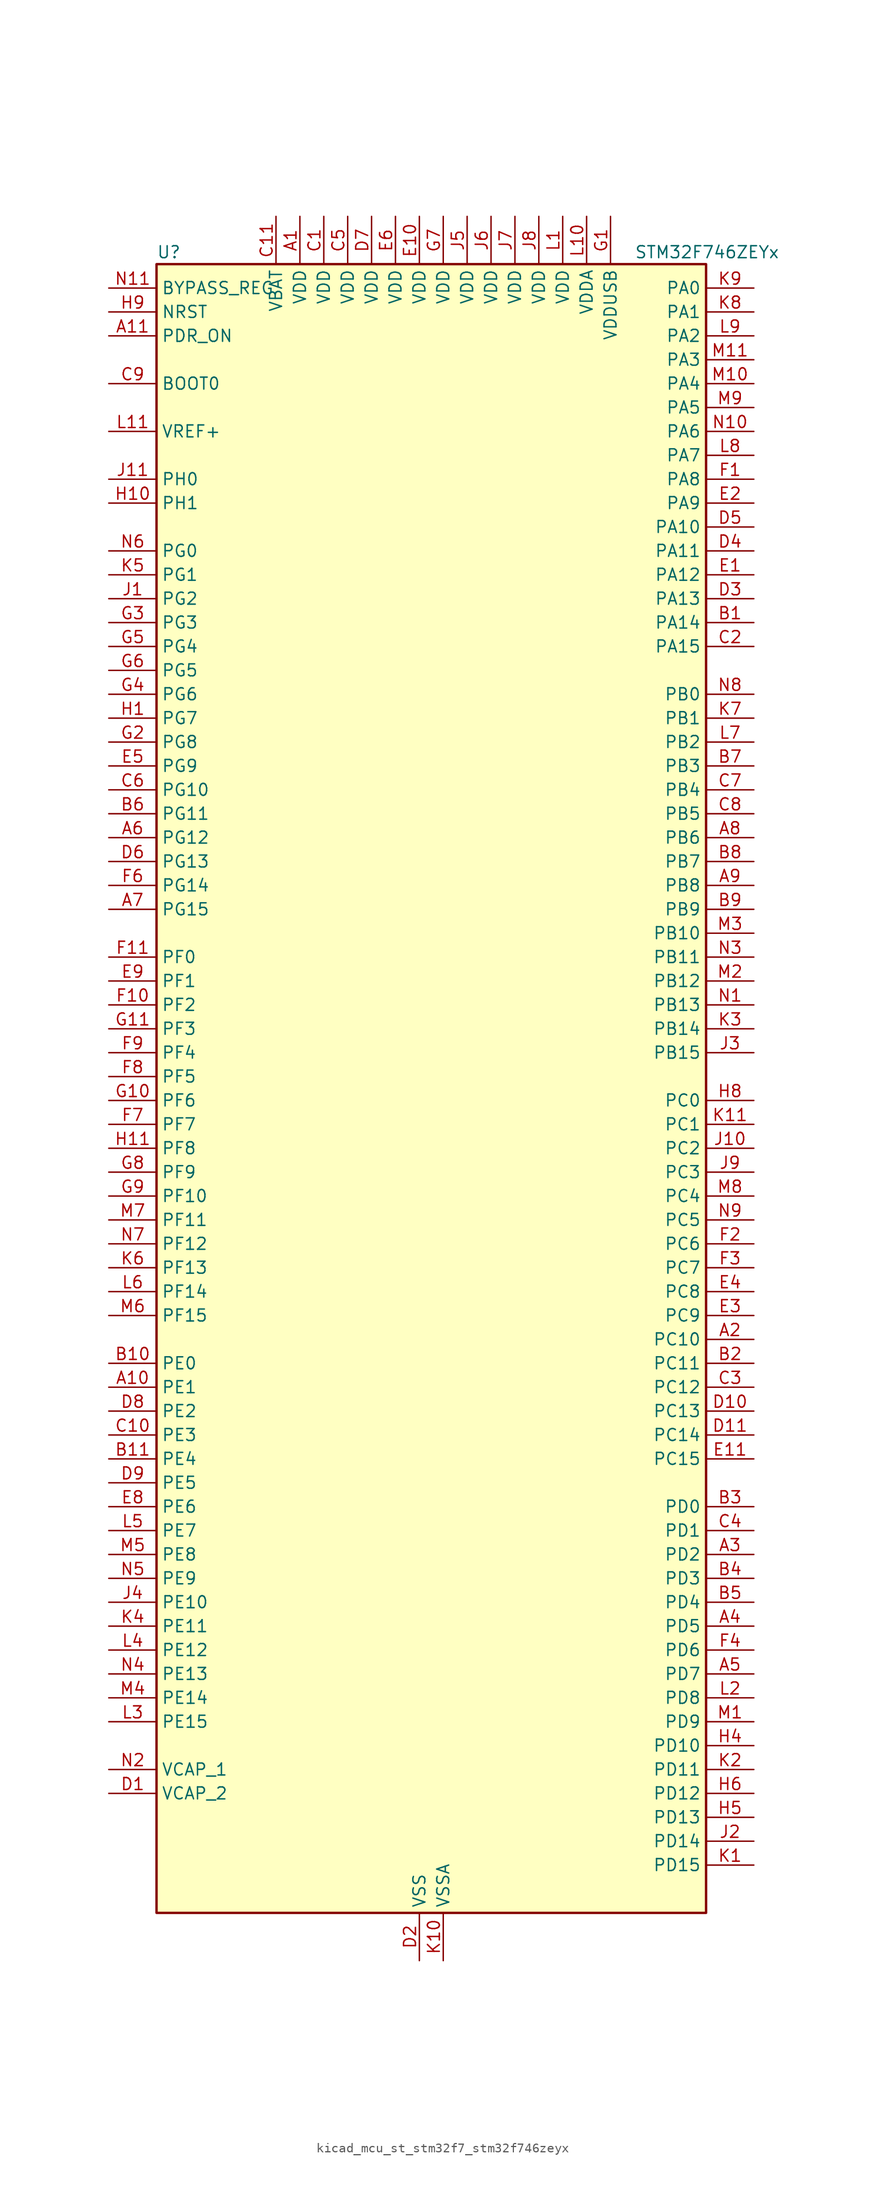
<source format=kicad_sym>
(kicad_symbol_lib
  (version 20220914)
  (generator kicad_symbol_editor)
  (symbol "kicad_mcu_st_stm32f7_stm32f746zeyx"
    (property "Reference" "U"
      (at -27.94 90.17 0)
      (effects (font (size 1.27 1.27)) (justify left)))
    (property "Value" "STM32F746ZEYx"
      (at 22.86 90.17 0)
      (effects (font (size 1.27 1.27)) (justify left)))
    (property "ki_locked" ""
      (at 0 0 0)
      (effects (font (size 1.27 1.27))))
    (symbol "kicad_mcu_st_stm32f7_stm32f746zeyx_0_1"
      (rectangle (start -27.94 -86.36) (end 30.48 88.9) (stroke (width 0.254) (type default)) (fill (type background))))
    (symbol "kicad_mcu_st_stm32f7_stm32f746zeyx_1_1"
      (pin power_in line (at -12.7 93.98 270) (length 5.08) (name "VDD" (effects (font (size 1.27 1.27)))) (number "A1" (effects (font (size 1.27 1.27)))))
      (pin bidirectional line (at -33.02 -30.48 0) (length 5.08) (name "PE1" (effects (font (size 1.27 1.27)))) (number "A10" (effects (font (size 1.27 1.27)))) (alternate "DCMI_D3" bidirectional line) (alternate "FMC_NBL1" bidirectional line) (alternate "LPTIM1_IN2" bidirectional line) (alternate "UART8_TX" bidirectional line))
      (pin input line (at -33.02 81.28 0) (length 5.08) (name "PDR_ON" (effects (font (size 1.27 1.27)))) (number "A11" (effects (font (size 1.27 1.27)))))
      (pin bidirectional line (at 35.56 -25.4 180) (length 5.08) (name "PC10" (effects (font (size 1.27 1.27)))) (number "A2" (effects (font (size 1.27 1.27)))) (alternate "DCMI_D8" bidirectional line) (alternate "I2S3_CK" bidirectional line) (alternate "LTDC_R2" bidirectional line) (alternate "QUADSPI_BK1_IO1" bidirectional line) (alternate "SDMMC1_D2" bidirectional line) (alternate "SPI3_SCK" bidirectional line) (alternate "UART4_TX" bidirectional line) (alternate "USART3_TX" bidirectional line))
      (pin bidirectional line (at 35.56 -48.26 180) (length 5.08) (name "PD2" (effects (font (size 1.27 1.27)))) (number "A3" (effects (font (size 1.27 1.27)))) (alternate "DCMI_D11" bidirectional line) (alternate "SDMMC1_CMD" bidirectional line) (alternate "SYS_TRACED2" bidirectional line) (alternate "TIM3_ETR" bidirectional line) (alternate "UART5_RX" bidirectional line))
      (pin bidirectional line (at 35.56 -55.88 180) (length 5.08) (name "PD5" (effects (font (size 1.27 1.27)))) (number "A4" (effects (font (size 1.27 1.27)))) (alternate "FMC_NWE" bidirectional line) (alternate "USART2_TX" bidirectional line))
      (pin bidirectional line (at 35.56 -60.96 180) (length 5.08) (name "PD7" (effects (font (size 1.27 1.27)))) (number "A5" (effects (font (size 1.27 1.27)))) (alternate "FMC_NE1" bidirectional line) (alternate "SPDIFRX_IN0" bidirectional line) (alternate "USART2_CK" bidirectional line))
      (pin bidirectional line (at -33.02 27.94 0) (length 5.08) (name "PG12" (effects (font (size 1.27 1.27)))) (number "A6" (effects (font (size 1.27 1.27)))) (alternate "FMC_NE4" bidirectional line) (alternate "LPTIM1_IN1" bidirectional line) (alternate "LTDC_B1" bidirectional line) (alternate "LTDC_B4" bidirectional line) (alternate "SPDIFRX_IN1" bidirectional line) (alternate "SPI6_MISO" bidirectional line) (alternate "USART6_DE" bidirectional line) (alternate "USART6_RTS" bidirectional line))
      (pin bidirectional line (at -33.02 20.32 0) (length 5.08) (name "PG15" (effects (font (size 1.27 1.27)))) (number "A7" (effects (font (size 1.27 1.27)))) (alternate "DCMI_D13" bidirectional line) (alternate "FMC_SDNCAS" bidirectional line) (alternate "USART6_CTS" bidirectional line))
      (pin bidirectional line (at 35.56 27.94 180) (length 5.08) (name "PB6" (effects (font (size 1.27 1.27)))) (number "A8" (effects (font (size 1.27 1.27)))) (alternate "CAN2_TX" bidirectional line) (alternate "CEC" bidirectional line) (alternate "DCMI_D5" bidirectional line) (alternate "FMC_SDNE1" bidirectional line) (alternate "I2C1_SCL" bidirectional line) (alternate "QUADSPI_BK1_NCS" bidirectional line) (alternate "TIM4_CH1" bidirectional line) (alternate "USART1_TX" bidirectional line))
      (pin bidirectional line (at 35.56 22.86 180) (length 5.08) (name "PB8" (effects (font (size 1.27 1.27)))) (number "A9" (effects (font (size 1.27 1.27)))) (alternate "CAN1_RX" bidirectional line) (alternate "DCMI_D6" bidirectional line) (alternate "ETH_TXD3" bidirectional line) (alternate "I2C1_SCL" bidirectional line) (alternate "LTDC_B6" bidirectional line) (alternate "SDMMC1_D4" bidirectional line) (alternate "TIM10_CH1" bidirectional line) (alternate "TIM4_CH3" bidirectional line))
      (pin bidirectional line (at 35.56 50.8 180) (length 5.08) (name "PA14" (effects (font (size 1.27 1.27)))) (number "B1" (effects (font (size 1.27 1.27)))) (alternate "SYS_JTCK-SWCLK" bidirectional line))
      (pin bidirectional line (at -33.02 -27.94 0) (length 5.08) (name "PE0" (effects (font (size 1.27 1.27)))) (number "B10" (effects (font (size 1.27 1.27)))) (alternate "DCMI_D2" bidirectional line) (alternate "FMC_NBL0" bidirectional line) (alternate "LPTIM1_ETR" bidirectional line) (alternate "SAI2_MCLK_A" bidirectional line) (alternate "TIM4_ETR" bidirectional line) (alternate "UART8_RX" bidirectional line))
      (pin bidirectional line (at -33.02 -38.1 0) (length 5.08) (name "PE4" (effects (font (size 1.27 1.27)))) (number "B11" (effects (font (size 1.27 1.27)))) (alternate "DCMI_D4" bidirectional line) (alternate "FMC_A20" bidirectional line) (alternate "LTDC_B0" bidirectional line) (alternate "SAI1_FS_A" bidirectional line) (alternate "SPI4_NSS" bidirectional line) (alternate "SYS_TRACED1" bidirectional line))
      (pin bidirectional line (at 35.56 -27.94 180) (length 5.08) (name "PC11" (effects (font (size 1.27 1.27)))) (number "B2" (effects (font (size 1.27 1.27)))) (alternate "ADC1_EXTI11" bidirectional line) (alternate "ADC2_EXTI11" bidirectional line) (alternate "ADC3_EXTI11" bidirectional line) (alternate "DCMI_D4" bidirectional line) (alternate "QUADSPI_BK2_NCS" bidirectional line) (alternate "SDMMC1_D3" bidirectional line) (alternate "SPI3_MISO" bidirectional line) (alternate "UART4_RX" bidirectional line) (alternate "USART3_RX" bidirectional line))
      (pin bidirectional line (at 35.56 -43.18 180) (length 5.08) (name "PD0" (effects (font (size 1.27 1.27)))) (number "B3" (effects (font (size 1.27 1.27)))) (alternate "CAN1_RX" bidirectional line) (alternate "FMC_D2" bidirectional line) (alternate "FMC_DA2" bidirectional line))
      (pin bidirectional line (at 35.56 -50.8 180) (length 5.08) (name "PD3" (effects (font (size 1.27 1.27)))) (number "B4" (effects (font (size 1.27 1.27)))) (alternate "DCMI_D5" bidirectional line) (alternate "FMC_CLK" bidirectional line) (alternate "I2S2_CK" bidirectional line) (alternate "LTDC_G7" bidirectional line) (alternate "SPI2_SCK" bidirectional line) (alternate "USART2_CTS" bidirectional line))
      (pin bidirectional line (at 35.56 -53.34 180) (length 5.08) (name "PD4" (effects (font (size 1.27 1.27)))) (number "B5" (effects (font (size 1.27 1.27)))) (alternate "FMC_NOE" bidirectional line) (alternate "USART2_DE" bidirectional line) (alternate "USART2_RTS" bidirectional line))
      (pin bidirectional line (at -33.02 30.48 0) (length 5.08) (name "PG11" (effects (font (size 1.27 1.27)))) (number "B6" (effects (font (size 1.27 1.27)))) (alternate "ADC1_EXTI11" bidirectional line) (alternate "ADC2_EXTI11" bidirectional line) (alternate "ADC3_EXTI11" bidirectional line) (alternate "DCMI_D3" bidirectional line) (alternate "ETH_TX_EN" bidirectional line) (alternate "LTDC_B3" bidirectional line) (alternate "SPDIFRX_IN0" bidirectional line))
      (pin bidirectional line (at 35.56 35.56 180) (length 5.08) (name "PB3" (effects (font (size 1.27 1.27)))) (number "B7" (effects (font (size 1.27 1.27)))) (alternate "I2S1_CK" bidirectional line) (alternate "I2S3_CK" bidirectional line) (alternate "SPI1_SCK" bidirectional line) (alternate "SPI3_SCK" bidirectional line) (alternate "SYS_JTDO-SWO" bidirectional line) (alternate "TIM2_CH2" bidirectional line))
      (pin bidirectional line (at 35.56 25.4 180) (length 5.08) (name "PB7" (effects (font (size 1.27 1.27)))) (number "B8" (effects (font (size 1.27 1.27)))) (alternate "DCMI_VSYNC" bidirectional line) (alternate "FMC_NL" bidirectional line) (alternate "I2C1_SDA" bidirectional line) (alternate "TIM4_CH2" bidirectional line) (alternate "USART1_RX" bidirectional line))
      (pin bidirectional line (at 35.56 20.32 180) (length 5.08) (name "PB9" (effects (font (size 1.27 1.27)))) (number "B9" (effects (font (size 1.27 1.27)))) (alternate "CAN1_TX" bidirectional line) (alternate "DAC_EXTI9" bidirectional line) (alternate "DCMI_D7" bidirectional line) (alternate "I2C1_SDA" bidirectional line) (alternate "I2S2_WS" bidirectional line) (alternate "LTDC_B7" bidirectional line) (alternate "SDMMC1_D5" bidirectional line) (alternate "SPI2_NSS" bidirectional line) (alternate "TIM11_CH1" bidirectional line) (alternate "TIM4_CH4" bidirectional line))
      (pin power_in line (at -10.16 93.98 270) (length 5.08) (name "VDD" (effects (font (size 1.27 1.27)))) (number "C1" (effects (font (size 1.27 1.27)))))
      (pin bidirectional line (at -33.02 -35.56 0) (length 5.08) (name "PE3" (effects (font (size 1.27 1.27)))) (number "C10" (effects (font (size 1.27 1.27)))) (alternate "FMC_A19" bidirectional line) (alternate "SAI1_SD_B" bidirectional line) (alternate "SYS_TRACED0" bidirectional line))
      (pin power_in line (at -15.24 93.98 270) (length 5.08) (name "VBAT" (effects (font (size 1.27 1.27)))) (number "C11" (effects (font (size 1.27 1.27)))))
      (pin bidirectional line (at 35.56 48.26 180) (length 5.08) (name "PA15" (effects (font (size 1.27 1.27)))) (number "C2" (effects (font (size 1.27 1.27)))) (alternate "CEC" bidirectional line) (alternate "I2S1_WS" bidirectional line) (alternate "I2S3_WS" bidirectional line) (alternate "SPI1_NSS" bidirectional line) (alternate "SPI3_NSS" bidirectional line) (alternate "SYS_JTDI" bidirectional line) (alternate "TIM2_CH1" bidirectional line) (alternate "TIM2_ETR" bidirectional line) (alternate "UART4_DE" bidirectional line) (alternate "UART4_RTS" bidirectional line))
      (pin bidirectional line (at 35.56 -30.48 180) (length 5.08) (name "PC12" (effects (font (size 1.27 1.27)))) (number "C3" (effects (font (size 1.27 1.27)))) (alternate "DCMI_D9" bidirectional line) (alternate "I2S3_SD" bidirectional line) (alternate "SDMMC1_CK" bidirectional line) (alternate "SPI3_MOSI" bidirectional line) (alternate "SYS_TRACED3" bidirectional line) (alternate "UART5_TX" bidirectional line) (alternate "USART3_CK" bidirectional line))
      (pin bidirectional line (at 35.56 -45.72 180) (length 5.08) (name "PD1" (effects (font (size 1.27 1.27)))) (number "C4" (effects (font (size 1.27 1.27)))) (alternate "CAN1_TX" bidirectional line) (alternate "FMC_D3" bidirectional line) (alternate "FMC_DA3" bidirectional line))
      (pin power_in line (at -7.62 93.98 270) (length 5.08) (name "VDD" (effects (font (size 1.27 1.27)))) (number "C5" (effects (font (size 1.27 1.27)))))
      (pin bidirectional line (at -33.02 33.02 0) (length 5.08) (name "PG10" (effects (font (size 1.27 1.27)))) (number "C6" (effects (font (size 1.27 1.27)))) (alternate "DCMI_D2" bidirectional line) (alternate "FMC_NE3" bidirectional line) (alternate "LTDC_B2" bidirectional line) (alternate "LTDC_G3" bidirectional line) (alternate "SAI2_SD_B" bidirectional line))
      (pin bidirectional line (at 35.56 33.02 180) (length 5.08) (name "PB4" (effects (font (size 1.27 1.27)))) (number "C7" (effects (font (size 1.27 1.27)))) (alternate "I2S2_WS" bidirectional line) (alternate "SPI1_MISO" bidirectional line) (alternate "SPI2_NSS" bidirectional line) (alternate "SPI3_MISO" bidirectional line) (alternate "SYS_JTRST" bidirectional line) (alternate "TIM3_CH1" bidirectional line))
      (pin bidirectional line (at 35.56 30.48 180) (length 5.08) (name "PB5" (effects (font (size 1.27 1.27)))) (number "C8" (effects (font (size 1.27 1.27)))) (alternate "CAN2_RX" bidirectional line) (alternate "DCMI_D10" bidirectional line) (alternate "ETH_PPS_OUT" bidirectional line) (alternate "FMC_SDCKE1" bidirectional line) (alternate "I2C1_SMBA" bidirectional line) (alternate "I2S1_SD" bidirectional line) (alternate "I2S3_SD" bidirectional line) (alternate "SPI1_MOSI" bidirectional line) (alternate "SPI3_MOSI" bidirectional line) (alternate "TIM3_CH2" bidirectional line) (alternate "USB_OTG_HS_ULPI_D7" bidirectional line))
      (pin input line (at -33.02 76.2 0) (length 5.08) (name "BOOT0" (effects (font (size 1.27 1.27)))) (number "C9" (effects (font (size 1.27 1.27)))))
      (pin power_out line (at -33.02 -73.66 0) (length 5.08) (name "VCAP_2" (effects (font (size 1.27 1.27)))) (number "D1" (effects (font (size 1.27 1.27)))))
      (pin bidirectional line (at 35.56 -33.02 180) (length 5.08) (name "PC13" (effects (font (size 1.27 1.27)))) (number "D10" (effects (font (size 1.27 1.27)))) (alternate "RTC_OUT" bidirectional line) (alternate "RTC_TAMP1" bidirectional line) (alternate "RTC_TS" bidirectional line) (alternate "SYS_WKUP4" bidirectional line))
      (pin bidirectional line (at 35.56 -35.56 180) (length 5.08) (name "PC14" (effects (font (size 1.27 1.27)))) (number "D11" (effects (font (size 1.27 1.27)))) (alternate "RCC_OSC32_IN" bidirectional line))
      (pin power_in line (at 0 -91.44 90) (length 5.08) (name "VSS" (effects (font (size 1.27 1.27)))) (number "D2" (effects (font (size 1.27 1.27)))))
      (pin bidirectional line (at 35.56 53.34 180) (length 5.08) (name "PA13" (effects (font (size 1.27 1.27)))) (number "D3" (effects (font (size 1.27 1.27)))) (alternate "SYS_JTMS-SWDIO" bidirectional line))
      (pin bidirectional line (at 35.56 58.42 180) (length 5.08) (name "PA11" (effects (font (size 1.27 1.27)))) (number "D4" (effects (font (size 1.27 1.27)))) (alternate "ADC1_EXTI11" bidirectional line) (alternate "ADC2_EXTI11" bidirectional line) (alternate "ADC3_EXTI11" bidirectional line) (alternate "CAN1_RX" bidirectional line) (alternate "LTDC_R4" bidirectional line) (alternate "TIM1_CH4" bidirectional line) (alternate "USART1_CTS" bidirectional line) (alternate "USB_OTG_FS_DM" bidirectional line))
      (pin bidirectional line (at 35.56 60.96 180) (length 5.08) (name "PA10" (effects (font (size 1.27 1.27)))) (number "D5" (effects (font (size 1.27 1.27)))) (alternate "DCMI_D1" bidirectional line) (alternate "TIM1_CH3" bidirectional line) (alternate "USART1_RX" bidirectional line) (alternate "USB_OTG_FS_ID" bidirectional line))
      (pin bidirectional line (at -33.02 25.4 0) (length 5.08) (name "PG13" (effects (font (size 1.27 1.27)))) (number "D6" (effects (font (size 1.27 1.27)))) (alternate "ETH_TXD0" bidirectional line) (alternate "FMC_A24" bidirectional line) (alternate "LPTIM1_OUT" bidirectional line) (alternate "LTDC_R0" bidirectional line) (alternate "SPI6_SCK" bidirectional line) (alternate "SYS_TRACED0" bidirectional line) (alternate "USART6_CTS" bidirectional line))
      (pin power_in line (at -5.08 93.98 270) (length 5.08) (name "VDD" (effects (font (size 1.27 1.27)))) (number "D7" (effects (font (size 1.27 1.27)))))
      (pin bidirectional line (at -33.02 -33.02 0) (length 5.08) (name "PE2" (effects (font (size 1.27 1.27)))) (number "D8" (effects (font (size 1.27 1.27)))) (alternate "ETH_TXD3" bidirectional line) (alternate "FMC_A23" bidirectional line) (alternate "QUADSPI_BK1_IO2" bidirectional line) (alternate "SAI1_MCLK_A" bidirectional line) (alternate "SPI4_SCK" bidirectional line) (alternate "SYS_TRACECLK" bidirectional line))
      (pin bidirectional line (at -33.02 -40.64 0) (length 5.08) (name "PE5" (effects (font (size 1.27 1.27)))) (number "D9" (effects (font (size 1.27 1.27)))) (alternate "DCMI_D6" bidirectional line) (alternate "FMC_A21" bidirectional line) (alternate "LTDC_G0" bidirectional line) (alternate "SAI1_SCK_A" bidirectional line) (alternate "SPI4_MISO" bidirectional line) (alternate "SYS_TRACED2" bidirectional line) (alternate "TIM9_CH1" bidirectional line))
      (pin bidirectional line (at 35.56 55.88 180) (length 5.08) (name "PA12" (effects (font (size 1.27 1.27)))) (number "E1" (effects (font (size 1.27 1.27)))) (alternate "CAN1_TX" bidirectional line) (alternate "LTDC_R5" bidirectional line) (alternate "SAI2_FS_B" bidirectional line) (alternate "TIM1_ETR" bidirectional line) (alternate "USART1_DE" bidirectional line) (alternate "USART1_RTS" bidirectional line) (alternate "USB_OTG_FS_DP" bidirectional line))
      (pin power_in line (at 0 93.98 270) (length 5.08) (name "VDD" (effects (font (size 1.27 1.27)))) (number "E10" (effects (font (size 1.27 1.27)))))
      (pin bidirectional line (at 35.56 -38.1 180) (length 5.08) (name "PC15" (effects (font (size 1.27 1.27)))) (number "E11" (effects (font (size 1.27 1.27)))) (alternate "RCC_OSC32_OUT" bidirectional line))
      (pin bidirectional line (at 35.56 63.5 180) (length 5.08) (name "PA9" (effects (font (size 1.27 1.27)))) (number "E2" (effects (font (size 1.27 1.27)))) (alternate "DAC_EXTI9" bidirectional line) (alternate "DCMI_D0" bidirectional line) (alternate "I2C3_SMBA" bidirectional line) (alternate "I2S2_CK" bidirectional line) (alternate "SPI2_SCK" bidirectional line) (alternate "TIM1_CH2" bidirectional line) (alternate "USART1_TX" bidirectional line) (alternate "USB_OTG_FS_VBUS" bidirectional line))
      (pin bidirectional line (at 35.56 -22.86 180) (length 5.08) (name "PC9" (effects (font (size 1.27 1.27)))) (number "E3" (effects (font (size 1.27 1.27)))) (alternate "DAC_EXTI9" bidirectional line) (alternate "DCMI_D3" bidirectional line) (alternate "I2C3_SDA" bidirectional line) (alternate "I2S_CKIN" bidirectional line) (alternate "QUADSPI_BK1_IO0" bidirectional line) (alternate "RCC_MCO_2" bidirectional line) (alternate "SDMMC1_D1" bidirectional line) (alternate "TIM3_CH4" bidirectional line) (alternate "TIM8_CH4" bidirectional line) (alternate "UART5_CTS" bidirectional line))
      (pin bidirectional line (at 35.56 -20.32 180) (length 5.08) (name "PC8" (effects (font (size 1.27 1.27)))) (number "E4" (effects (font (size 1.27 1.27)))) (alternate "DCMI_D2" bidirectional line) (alternate "SDMMC1_D0" bidirectional line) (alternate "SYS_TRACED1" bidirectional line) (alternate "TIM3_CH3" bidirectional line) (alternate "TIM8_CH3" bidirectional line) (alternate "UART5_DE" bidirectional line) (alternate "UART5_RTS" bidirectional line) (alternate "USART6_CK" bidirectional line))
      (pin bidirectional line (at -33.02 35.56 0) (length 5.08) (name "PG9" (effects (font (size 1.27 1.27)))) (number "E5" (effects (font (size 1.27 1.27)))) (alternate "DAC_EXTI9" bidirectional line) (alternate "DCMI_VSYNC" bidirectional line) (alternate "FMC_NCE" bidirectional line) (alternate "FMC_NE2" bidirectional line) (alternate "QUADSPI_BK2_IO2" bidirectional line) (alternate "SAI2_FS_B" bidirectional line) (alternate "SPDIFRX_IN3" bidirectional line) (alternate "USART6_RX" bidirectional line))
      (pin power_in line (at -2.54 93.98 270) (length 5.08) (name "VDD" (effects (font (size 1.27 1.27)))) (number "E6" (effects (font (size 1.27 1.27)))))
      (pin passive line (at 0 -91.44 90) (length 5.08) hide (name "VSS" (effects (font (size 1.27 1.27)))) (number "E7" (effects (font (size 1.27 1.27)))))
      (pin bidirectional line (at -33.02 -43.18 0) (length 5.08) (name "PE6" (effects (font (size 1.27 1.27)))) (number "E8" (effects (font (size 1.27 1.27)))) (alternate "DCMI_D7" bidirectional line) (alternate "FMC_A22" bidirectional line) (alternate "LTDC_G1" bidirectional line) (alternate "SAI1_SD_A" bidirectional line) (alternate "SAI2_MCLK_B" bidirectional line) (alternate "SPI4_MOSI" bidirectional line) (alternate "SYS_TRACED3" bidirectional line) (alternate "TIM1_BKIN2" bidirectional line) (alternate "TIM9_CH2" bidirectional line))
      (pin bidirectional line (at -33.02 12.7 0) (length 5.08) (name "PF1" (effects (font (size 1.27 1.27)))) (number "E9" (effects (font (size 1.27 1.27)))) (alternate "FMC_A1" bidirectional line) (alternate "I2C2_SCL" bidirectional line))
      (pin bidirectional line (at 35.56 66.04 180) (length 5.08) (name "PA8" (effects (font (size 1.27 1.27)))) (number "F1" (effects (font (size 1.27 1.27)))) (alternate "I2C3_SCL" bidirectional line) (alternate "LTDC_R6" bidirectional line) (alternate "RCC_MCO_1" bidirectional line) (alternate "TIM1_CH1" bidirectional line) (alternate "TIM8_BKIN2" bidirectional line) (alternate "USART1_CK" bidirectional line) (alternate "USB_OTG_FS_SOF" bidirectional line))
      (pin bidirectional line (at -33.02 10.16 0) (length 5.08) (name "PF2" (effects (font (size 1.27 1.27)))) (number "F10" (effects (font (size 1.27 1.27)))) (alternate "FMC_A2" bidirectional line) (alternate "I2C2_SMBA" bidirectional line))
      (pin bidirectional line (at -33.02 15.24 0) (length 5.08) (name "PF0" (effects (font (size 1.27 1.27)))) (number "F11" (effects (font (size 1.27 1.27)))) (alternate "FMC_A0" bidirectional line) (alternate "I2C2_SDA" bidirectional line))
      (pin bidirectional line (at 35.56 -15.24 180) (length 5.08) (name "PC6" (effects (font (size 1.27 1.27)))) (number "F2" (effects (font (size 1.27 1.27)))) (alternate "DCMI_D0" bidirectional line) (alternate "I2S2_MCK" bidirectional line) (alternate "LTDC_HSYNC" bidirectional line) (alternate "SDMMC1_D6" bidirectional line) (alternate "TIM3_CH1" bidirectional line) (alternate "TIM8_CH1" bidirectional line) (alternate "USART6_TX" bidirectional line))
      (pin bidirectional line (at 35.56 -17.78 180) (length 5.08) (name "PC7" (effects (font (size 1.27 1.27)))) (number "F3" (effects (font (size 1.27 1.27)))) (alternate "DCMI_D1" bidirectional line) (alternate "I2S3_MCK" bidirectional line) (alternate "LTDC_G6" bidirectional line) (alternate "SDMMC1_D7" bidirectional line) (alternate "TIM3_CH2" bidirectional line) (alternate "TIM8_CH2" bidirectional line) (alternate "USART6_RX" bidirectional line))
      (pin bidirectional line (at 35.56 -58.42 180) (length 5.08) (name "PD6" (effects (font (size 1.27 1.27)))) (number "F4" (effects (font (size 1.27 1.27)))) (alternate "DCMI_D10" bidirectional line) (alternate "FMC_NWAIT" bidirectional line) (alternate "I2S3_SD" bidirectional line) (alternate "LTDC_B2" bidirectional line) (alternate "SAI1_SD_A" bidirectional line) (alternate "SPI3_MOSI" bidirectional line) (alternate "USART2_RX" bidirectional line))
      (pin passive line (at 0 -91.44 90) (length 5.08) hide (name "VSS" (effects (font (size 1.27 1.27)))) (number "F5" (effects (font (size 1.27 1.27)))))
      (pin bidirectional line (at -33.02 22.86 0) (length 5.08) (name "PG14" (effects (font (size 1.27 1.27)))) (number "F6" (effects (font (size 1.27 1.27)))) (alternate "ETH_TXD1" bidirectional line) (alternate "FMC_A25" bidirectional line) (alternate "LPTIM1_ETR" bidirectional line) (alternate "LTDC_B0" bidirectional line) (alternate "QUADSPI_BK2_IO3" bidirectional line) (alternate "SPI6_MOSI" bidirectional line) (alternate "SYS_TRACED1" bidirectional line) (alternate "USART6_TX" bidirectional line))
      (pin bidirectional line (at -33.02 -2.54 0) (length 5.08) (name "PF7" (effects (font (size 1.27 1.27)))) (number "F7" (effects (font (size 1.27 1.27)))) (alternate "ADC3_IN5" bidirectional line) (alternate "QUADSPI_BK1_IO2" bidirectional line) (alternate "SAI1_MCLK_B" bidirectional line) (alternate "SPI5_SCK" bidirectional line) (alternate "TIM11_CH1" bidirectional line) (alternate "UART7_TX" bidirectional line))
      (pin bidirectional line (at -33.02 2.54 0) (length 5.08) (name "PF5" (effects (font (size 1.27 1.27)))) (number "F8" (effects (font (size 1.27 1.27)))) (alternate "ADC3_IN15" bidirectional line) (alternate "FMC_A5" bidirectional line))
      (pin bidirectional line (at -33.02 5.08 0) (length 5.08) (name "PF4" (effects (font (size 1.27 1.27)))) (number "F9" (effects (font (size 1.27 1.27)))) (alternate "ADC3_IN14" bidirectional line) (alternate "FMC_A4" bidirectional line))
      (pin power_in line (at 20.32 93.98 270) (length 5.08) (name "VDDUSB" (effects (font (size 1.27 1.27)))) (number "G1" (effects (font (size 1.27 1.27)))))
      (pin bidirectional line (at -33.02 0 0) (length 5.08) (name "PF6" (effects (font (size 1.27 1.27)))) (number "G10" (effects (font (size 1.27 1.27)))) (alternate "ADC3_IN4" bidirectional line) (alternate "QUADSPI_BK1_IO3" bidirectional line) (alternate "SAI1_SD_B" bidirectional line) (alternate "SPI5_NSS" bidirectional line) (alternate "TIM10_CH1" bidirectional line) (alternate "UART7_RX" bidirectional line))
      (pin bidirectional line (at -33.02 7.62 0) (length 5.08) (name "PF3" (effects (font (size 1.27 1.27)))) (number "G11" (effects (font (size 1.27 1.27)))) (alternate "ADC3_IN9" bidirectional line) (alternate "FMC_A3" bidirectional line))
      (pin bidirectional line (at -33.02 38.1 0) (length 5.08) (name "PG8" (effects (font (size 1.27 1.27)))) (number "G2" (effects (font (size 1.27 1.27)))) (alternate "ETH_PPS_OUT" bidirectional line) (alternate "FMC_SDCLK" bidirectional line) (alternate "SPDIFRX_IN2" bidirectional line) (alternate "SPI6_NSS" bidirectional line) (alternate "USART6_DE" bidirectional line) (alternate "USART6_RTS" bidirectional line))
      (pin bidirectional line (at -33.02 50.8 0) (length 5.08) (name "PG3" (effects (font (size 1.27 1.27)))) (number "G3" (effects (font (size 1.27 1.27)))) (alternate "FMC_A13" bidirectional line))
      (pin bidirectional line (at -33.02 43.18 0) (length 5.08) (name "PG6" (effects (font (size 1.27 1.27)))) (number "G4" (effects (font (size 1.27 1.27)))) (alternate "DCMI_D12" bidirectional line) (alternate "LTDC_R7" bidirectional line))
      (pin bidirectional line (at -33.02 48.26 0) (length 5.08) (name "PG4" (effects (font (size 1.27 1.27)))) (number "G5" (effects (font (size 1.27 1.27)))) (alternate "FMC_A14" bidirectional line) (alternate "FMC_BA0" bidirectional line))
      (pin bidirectional line (at -33.02 45.72 0) (length 5.08) (name "PG5" (effects (font (size 1.27 1.27)))) (number "G6" (effects (font (size 1.27 1.27)))) (alternate "FMC_A15" bidirectional line) (alternate "FMC_BA1" bidirectional line))
      (pin power_in line (at 2.54 93.98 270) (length 5.08) (name "VDD" (effects (font (size 1.27 1.27)))) (number "G7" (effects (font (size 1.27 1.27)))))
      (pin bidirectional line (at -33.02 -7.62 0) (length 5.08) (name "PF9" (effects (font (size 1.27 1.27)))) (number "G8" (effects (font (size 1.27 1.27)))) (alternate "ADC3_IN7" bidirectional line) (alternate "DAC_EXTI9" bidirectional line) (alternate "QUADSPI_BK1_IO1" bidirectional line) (alternate "SAI1_FS_B" bidirectional line) (alternate "SPI5_MOSI" bidirectional line) (alternate "TIM14_CH1" bidirectional line) (alternate "UART7_CTS" bidirectional line))
      (pin bidirectional line (at -33.02 -10.16 0) (length 5.08) (name "PF10" (effects (font (size 1.27 1.27)))) (number "G9" (effects (font (size 1.27 1.27)))) (alternate "ADC3_IN8" bidirectional line) (alternate "DCMI_D11" bidirectional line) (alternate "LTDC_DE" bidirectional line))
      (pin bidirectional line (at -33.02 40.64 0) (length 5.08) (name "PG7" (effects (font (size 1.27 1.27)))) (number "H1" (effects (font (size 1.27 1.27)))) (alternate "DCMI_D13" bidirectional line) (alternate "FMC_INT" bidirectional line) (alternate "LTDC_CLK" bidirectional line) (alternate "USART6_CK" bidirectional line))
      (pin bidirectional line (at -33.02 63.5 0) (length 5.08) (name "PH1" (effects (font (size 1.27 1.27)))) (number "H10" (effects (font (size 1.27 1.27)))) (alternate "RCC_OSC_OUT" bidirectional line))
      (pin bidirectional line (at -33.02 -5.08 0) (length 5.08) (name "PF8" (effects (font (size 1.27 1.27)))) (number "H11" (effects (font (size 1.27 1.27)))) (alternate "ADC3_IN6" bidirectional line) (alternate "QUADSPI_BK1_IO0" bidirectional line) (alternate "SAI1_SCK_B" bidirectional line) (alternate "SPI5_MISO" bidirectional line) (alternate "TIM13_CH1" bidirectional line) (alternate "UART7_DE" bidirectional line) (alternate "UART7_RTS" bidirectional line))
      (pin passive line (at 0 -91.44 90) (length 5.08) hide (name "VSS" (effects (font (size 1.27 1.27)))) (number "H2" (effects (font (size 1.27 1.27)))))
      (pin passive line (at 0 -91.44 90) (length 5.08) hide (name "VSS" (effects (font (size 1.27 1.27)))) (number "H3" (effects (font (size 1.27 1.27)))))
      (pin bidirectional line (at 35.56 -68.58 180) (length 5.08) (name "PD10" (effects (font (size 1.27 1.27)))) (number "H4" (effects (font (size 1.27 1.27)))) (alternate "FMC_D15" bidirectional line) (alternate "FMC_DA15" bidirectional line) (alternate "LTDC_B3" bidirectional line) (alternate "USART3_CK" bidirectional line))
      (pin bidirectional line (at 35.56 -76.2 180) (length 5.08) (name "PD13" (effects (font (size 1.27 1.27)))) (number "H5" (effects (font (size 1.27 1.27)))) (alternate "FMC_A18" bidirectional line) (alternate "I2C4_SDA" bidirectional line) (alternate "LPTIM1_OUT" bidirectional line) (alternate "QUADSPI_BK1_IO3" bidirectional line) (alternate "SAI2_SCK_A" bidirectional line) (alternate "TIM4_CH2" bidirectional line))
      (pin bidirectional line (at 35.56 -73.66 180) (length 5.08) (name "PD12" (effects (font (size 1.27 1.27)))) (number "H6" (effects (font (size 1.27 1.27)))) (alternate "FMC_A17" bidirectional line) (alternate "FMC_ALE" bidirectional line) (alternate "I2C4_SCL" bidirectional line) (alternate "LPTIM1_IN1" bidirectional line) (alternate "QUADSPI_BK1_IO1" bidirectional line) (alternate "SAI2_FS_A" bidirectional line) (alternate "TIM4_CH1" bidirectional line) (alternate "USART3_DE" bidirectional line) (alternate "USART3_RTS" bidirectional line))
      (pin passive line (at 0 -91.44 90) (length 5.08) hide (name "VSS" (effects (font (size 1.27 1.27)))) (number "H7" (effects (font (size 1.27 1.27)))))
      (pin bidirectional line (at 35.56 0 180) (length 5.08) (name "PC0" (effects (font (size 1.27 1.27)))) (number "H8" (effects (font (size 1.27 1.27)))) (alternate "ADC1_IN10" bidirectional line) (alternate "ADC2_IN10" bidirectional line) (alternate "ADC3_IN10" bidirectional line) (alternate "FMC_SDNWE" bidirectional line) (alternate "LTDC_R5" bidirectional line) (alternate "SAI2_FS_B" bidirectional line) (alternate "USB_OTG_HS_ULPI_STP" bidirectional line))
      (pin input line (at -33.02 83.82 0) (length 5.08) (name "NRST" (effects (font (size 1.27 1.27)))) (number "H9" (effects (font (size 1.27 1.27)))))
      (pin bidirectional line (at -33.02 53.34 0) (length 5.08) (name "PG2" (effects (font (size 1.27 1.27)))) (number "J1" (effects (font (size 1.27 1.27)))) (alternate "FMC_A12" bidirectional line))
      (pin bidirectional line (at 35.56 -5.08 180) (length 5.08) (name "PC2" (effects (font (size 1.27 1.27)))) (number "J10" (effects (font (size 1.27 1.27)))) (alternate "ADC1_IN12" bidirectional line) (alternate "ADC2_IN12" bidirectional line) (alternate "ADC3_IN12" bidirectional line) (alternate "ETH_TXD2" bidirectional line) (alternate "FMC_SDNE0" bidirectional line) (alternate "SPI2_MISO" bidirectional line) (alternate "USB_OTG_HS_ULPI_DIR" bidirectional line))
      (pin bidirectional line (at -33.02 66.04 0) (length 5.08) (name "PH0" (effects (font (size 1.27 1.27)))) (number "J11" (effects (font (size 1.27 1.27)))) (alternate "RCC_OSC_IN" bidirectional line))
      (pin bidirectional line (at 35.56 -78.74 180) (length 5.08) (name "PD14" (effects (font (size 1.27 1.27)))) (number "J2" (effects (font (size 1.27 1.27)))) (alternate "FMC_D0" bidirectional line) (alternate "FMC_DA0" bidirectional line) (alternate "TIM4_CH3" bidirectional line) (alternate "UART8_CTS" bidirectional line))
      (pin bidirectional line (at 35.56 5.08 180) (length 5.08) (name "PB15" (effects (font (size 1.27 1.27)))) (number "J3" (effects (font (size 1.27 1.27)))) (alternate "I2S2_SD" bidirectional line) (alternate "RTC_REFIN" bidirectional line) (alternate "SPI2_MOSI" bidirectional line) (alternate "TIM12_CH2" bidirectional line) (alternate "TIM1_CH3N" bidirectional line) (alternate "TIM8_CH3N" bidirectional line) (alternate "USB_OTG_HS_DP" bidirectional line))
      (pin bidirectional line (at -33.02 -53.34 0) (length 5.08) (name "PE10" (effects (font (size 1.27 1.27)))) (number "J4" (effects (font (size 1.27 1.27)))) (alternate "FMC_D7" bidirectional line) (alternate "FMC_DA7" bidirectional line) (alternate "QUADSPI_BK2_IO3" bidirectional line) (alternate "TIM1_CH2N" bidirectional line) (alternate "UART7_CTS" bidirectional line))
      (pin power_in line (at 5.08 93.98 270) (length 5.08) (name "VDD" (effects (font (size 1.27 1.27)))) (number "J5" (effects (font (size 1.27 1.27)))))
      (pin power_in line (at 7.62 93.98 270) (length 5.08) (name "VDD" (effects (font (size 1.27 1.27)))) (number "J6" (effects (font (size 1.27 1.27)))))
      (pin power_in line (at 10.16 93.98 270) (length 5.08) (name "VDD" (effects (font (size 1.27 1.27)))) (number "J7" (effects (font (size 1.27 1.27)))))
      (pin power_in line (at 12.7 93.98 270) (length 5.08) (name "VDD" (effects (font (size 1.27 1.27)))) (number "J8" (effects (font (size 1.27 1.27)))))
      (pin bidirectional line (at 35.56 -7.62 180) (length 5.08) (name "PC3" (effects (font (size 1.27 1.27)))) (number "J9" (effects (font (size 1.27 1.27)))) (alternate "ADC1_IN13" bidirectional line) (alternate "ADC2_IN13" bidirectional line) (alternate "ADC3_IN13" bidirectional line) (alternate "ETH_TX_CLK" bidirectional line) (alternate "FMC_SDCKE0" bidirectional line) (alternate "I2S2_SD" bidirectional line) (alternate "SPI2_MOSI" bidirectional line) (alternate "USB_OTG_HS_ULPI_NXT" bidirectional line))
      (pin bidirectional line (at 35.56 -81.28 180) (length 5.08) (name "PD15" (effects (font (size 1.27 1.27)))) (number "K1" (effects (font (size 1.27 1.27)))) (alternate "FMC_D1" bidirectional line) (alternate "FMC_DA1" bidirectional line) (alternate "TIM4_CH4" bidirectional line) (alternate "UART8_DE" bidirectional line) (alternate "UART8_RTS" bidirectional line))
      (pin power_in line (at 2.54 -91.44 90) (length 5.08) (name "VSSA" (effects (font (size 1.27 1.27)))) (number "K10" (effects (font (size 1.27 1.27)))))
      (pin bidirectional line (at 35.56 -2.54 180) (length 5.08) (name "PC1" (effects (font (size 1.27 1.27)))) (number "K11" (effects (font (size 1.27 1.27)))) (alternate "ADC1_IN11" bidirectional line) (alternate "ADC2_IN11" bidirectional line) (alternate "ADC3_IN11" bidirectional line) (alternate "ETH_MDC" bidirectional line) (alternate "I2S2_SD" bidirectional line) (alternate "RTC_TAMP3" bidirectional line) (alternate "RTC_TS" bidirectional line) (alternate "SAI1_SD_A" bidirectional line) (alternate "SPI2_MOSI" bidirectional line) (alternate "SYS_TRACED0" bidirectional line) (alternate "SYS_WKUP3" bidirectional line))
      (pin bidirectional line (at 35.56 -71.12 180) (length 5.08) (name "PD11" (effects (font (size 1.27 1.27)))) (number "K2" (effects (font (size 1.27 1.27)))) (alternate "ADC1_EXTI11" bidirectional line) (alternate "ADC2_EXTI11" bidirectional line) (alternate "ADC3_EXTI11" bidirectional line) (alternate "FMC_A16" bidirectional line) (alternate "FMC_CLE" bidirectional line) (alternate "I2C4_SMBA" bidirectional line) (alternate "QUADSPI_BK1_IO0" bidirectional line) (alternate "SAI2_SD_A" bidirectional line) (alternate "USART3_CTS" bidirectional line))
      (pin bidirectional line (at 35.56 7.62 180) (length 5.08) (name "PB14" (effects (font (size 1.27 1.27)))) (number "K3" (effects (font (size 1.27 1.27)))) (alternate "SPI2_MISO" bidirectional line) (alternate "TIM12_CH1" bidirectional line) (alternate "TIM1_CH2N" bidirectional line) (alternate "TIM8_CH2N" bidirectional line) (alternate "USART3_DE" bidirectional line) (alternate "USART3_RTS" bidirectional line) (alternate "USB_OTG_HS_DM" bidirectional line))
      (pin bidirectional line (at -33.02 -55.88 0) (length 5.08) (name "PE11" (effects (font (size 1.27 1.27)))) (number "K4" (effects (font (size 1.27 1.27)))) (alternate "ADC1_EXTI11" bidirectional line) (alternate "ADC2_EXTI11" bidirectional line) (alternate "ADC3_EXTI11" bidirectional line) (alternate "FMC_D8" bidirectional line) (alternate "FMC_DA8" bidirectional line) (alternate "LTDC_G3" bidirectional line) (alternate "SAI2_SD_B" bidirectional line) (alternate "SPI4_NSS" bidirectional line) (alternate "TIM1_CH2" bidirectional line))
      (pin bidirectional line (at -33.02 55.88 0) (length 5.08) (name "PG1" (effects (font (size 1.27 1.27)))) (number "K5" (effects (font (size 1.27 1.27)))) (alternate "FMC_A11" bidirectional line))
      (pin bidirectional line (at -33.02 -17.78 0) (length 5.08) (name "PF13" (effects (font (size 1.27 1.27)))) (number "K6" (effects (font (size 1.27 1.27)))) (alternate "FMC_A7" bidirectional line) (alternate "I2C4_SMBA" bidirectional line))
      (pin bidirectional line (at 35.56 40.64 180) (length 5.08) (name "PB1" (effects (font (size 1.27 1.27)))) (number "K7" (effects (font (size 1.27 1.27)))) (alternate "ADC1_IN9" bidirectional line) (alternate "ADC2_IN9" bidirectional line) (alternate "ETH_RXD3" bidirectional line) (alternate "LTDC_R6" bidirectional line) (alternate "TIM1_CH3N" bidirectional line) (alternate "TIM3_CH4" bidirectional line) (alternate "TIM8_CH3N" bidirectional line) (alternate "USB_OTG_HS_ULPI_D2" bidirectional line))
      (pin bidirectional line (at 35.56 83.82 180) (length 5.08) (name "PA1" (effects (font (size 1.27 1.27)))) (number "K8" (effects (font (size 1.27 1.27)))) (alternate "ADC1_IN1" bidirectional line) (alternate "ADC2_IN1" bidirectional line) (alternate "ADC3_IN1" bidirectional line) (alternate "ETH_REF_CLK" bidirectional line) (alternate "ETH_RX_CLK" bidirectional line) (alternate "LTDC_R2" bidirectional line) (alternate "QUADSPI_BK1_IO3" bidirectional line) (alternate "SAI2_MCLK_B" bidirectional line) (alternate "TIM2_CH2" bidirectional line) (alternate "TIM5_CH2" bidirectional line) (alternate "UART4_RX" bidirectional line) (alternate "USART2_DE" bidirectional line) (alternate "USART2_RTS" bidirectional line))
      (pin bidirectional line (at 35.56 86.36 180) (length 5.08) (name "PA0" (effects (font (size 1.27 1.27)))) (number "K9" (effects (font (size 1.27 1.27)))) (alternate "ADC1_IN0" bidirectional line) (alternate "ADC2_IN0" bidirectional line) (alternate "ADC3_IN0" bidirectional line) (alternate "ETH_CRS" bidirectional line) (alternate "SAI2_SD_B" bidirectional line) (alternate "SYS_WKUP1" bidirectional line) (alternate "TIM2_CH1" bidirectional line) (alternate "TIM2_ETR" bidirectional line) (alternate "TIM5_CH1" bidirectional line) (alternate "TIM8_ETR" bidirectional line) (alternate "UART4_TX" bidirectional line) (alternate "USART2_CTS" bidirectional line))
      (pin power_in line (at 15.24 93.98 270) (length 5.08) (name "VDD" (effects (font (size 1.27 1.27)))) (number "L1" (effects (font (size 1.27 1.27)))))
      (pin power_in line (at 17.78 93.98 270) (length 5.08) (name "VDDA" (effects (font (size 1.27 1.27)))) (number "L10" (effects (font (size 1.27 1.27)))))
      (pin input line (at -33.02 71.12 0) (length 5.08) (name "VREF+" (effects (font (size 1.27 1.27)))) (number "L11" (effects (font (size 1.27 1.27)))))
      (pin bidirectional line (at 35.56 -63.5 180) (length 5.08) (name "PD8" (effects (font (size 1.27 1.27)))) (number "L2" (effects (font (size 1.27 1.27)))) (alternate "FMC_D13" bidirectional line) (alternate "FMC_DA13" bidirectional line) (alternate "SPDIFRX_IN1" bidirectional line) (alternate "USART3_TX" bidirectional line))
      (pin bidirectional line (at -33.02 -66.04 0) (length 5.08) (name "PE15" (effects (font (size 1.27 1.27)))) (number "L3" (effects (font (size 1.27 1.27)))) (alternate "FMC_D12" bidirectional line) (alternate "FMC_DA12" bidirectional line) (alternate "LTDC_R7" bidirectional line) (alternate "TIM1_BKIN" bidirectional line))
      (pin bidirectional line (at -33.02 -58.42 0) (length 5.08) (name "PE12" (effects (font (size 1.27 1.27)))) (number "L4" (effects (font (size 1.27 1.27)))) (alternate "FMC_D9" bidirectional line) (alternate "FMC_DA9" bidirectional line) (alternate "LTDC_B4" bidirectional line) (alternate "SAI2_SCK_B" bidirectional line) (alternate "SPI4_SCK" bidirectional line) (alternate "TIM1_CH3N" bidirectional line))
      (pin bidirectional line (at -33.02 -45.72 0) (length 5.08) (name "PE7" (effects (font (size 1.27 1.27)))) (number "L5" (effects (font (size 1.27 1.27)))) (alternate "FMC_D4" bidirectional line) (alternate "FMC_DA4" bidirectional line) (alternate "QUADSPI_BK2_IO0" bidirectional line) (alternate "TIM1_ETR" bidirectional line) (alternate "UART7_RX" bidirectional line))
      (pin bidirectional line (at -33.02 -20.32 0) (length 5.08) (name "PF14" (effects (font (size 1.27 1.27)))) (number "L6" (effects (font (size 1.27 1.27)))) (alternate "FMC_A8" bidirectional line) (alternate "I2C4_SCL" bidirectional line))
      (pin bidirectional line (at 35.56 38.1 180) (length 5.08) (name "PB2" (effects (font (size 1.27 1.27)))) (number "L7" (effects (font (size 1.27 1.27)))) (alternate "I2S3_SD" bidirectional line) (alternate "QUADSPI_CLK" bidirectional line) (alternate "SAI1_SD_A" bidirectional line) (alternate "SPI3_MOSI" bidirectional line))
      (pin bidirectional line (at 35.56 68.58 180) (length 5.08) (name "PA7" (effects (font (size 1.27 1.27)))) (number "L8" (effects (font (size 1.27 1.27)))) (alternate "ADC1_IN7" bidirectional line) (alternate "ADC2_IN7" bidirectional line) (alternate "ETH_CRS_DV" bidirectional line) (alternate "ETH_RX_DV" bidirectional line) (alternate "FMC_SDNWE" bidirectional line) (alternate "I2S1_SD" bidirectional line) (alternate "SPI1_MOSI" bidirectional line) (alternate "TIM14_CH1" bidirectional line) (alternate "TIM1_CH1N" bidirectional line) (alternate "TIM3_CH2" bidirectional line) (alternate "TIM8_CH1N" bidirectional line))
      (pin bidirectional line (at 35.56 81.28 180) (length 5.08) (name "PA2" (effects (font (size 1.27 1.27)))) (number "L9" (effects (font (size 1.27 1.27)))) (alternate "ADC1_IN2" bidirectional line) (alternate "ADC2_IN2" bidirectional line) (alternate "ADC3_IN2" bidirectional line) (alternate "ETH_MDIO" bidirectional line) (alternate "LTDC_R1" bidirectional line) (alternate "SAI2_SCK_B" bidirectional line) (alternate "SYS_WKUP2" bidirectional line) (alternate "TIM2_CH3" bidirectional line) (alternate "TIM5_CH3" bidirectional line) (alternate "TIM9_CH1" bidirectional line) (alternate "USART2_TX" bidirectional line))
      (pin bidirectional line (at 35.56 -66.04 180) (length 5.08) (name "PD9" (effects (font (size 1.27 1.27)))) (number "M1" (effects (font (size 1.27 1.27)))) (alternate "DAC_EXTI9" bidirectional line) (alternate "FMC_D14" bidirectional line) (alternate "FMC_DA14" bidirectional line) (alternate "USART3_RX" bidirectional line))
      (pin bidirectional line (at 35.56 76.2 180) (length 5.08) (name "PA4" (effects (font (size 1.27 1.27)))) (number "M10" (effects (font (size 1.27 1.27)))) (alternate "ADC1_IN4" bidirectional line) (alternate "ADC2_IN4" bidirectional line) (alternate "DAC_OUT1" bidirectional line) (alternate "DCMI_HSYNC" bidirectional line) (alternate "I2S1_WS" bidirectional line) (alternate "I2S3_WS" bidirectional line) (alternate "LTDC_VSYNC" bidirectional line) (alternate "SPI1_NSS" bidirectional line) (alternate "SPI3_NSS" bidirectional line) (alternate "USART2_CK" bidirectional line) (alternate "USB_OTG_HS_SOF" bidirectional line))
      (pin bidirectional line (at 35.56 78.74 180) (length 5.08) (name "PA3" (effects (font (size 1.27 1.27)))) (number "M11" (effects (font (size 1.27 1.27)))) (alternate "ADC1_IN3" bidirectional line) (alternate "ADC2_IN3" bidirectional line) (alternate "ADC3_IN3" bidirectional line) (alternate "ETH_COL" bidirectional line) (alternate "LTDC_B5" bidirectional line) (alternate "TIM2_CH4" bidirectional line) (alternate "TIM5_CH4" bidirectional line) (alternate "TIM9_CH2" bidirectional line) (alternate "USART2_RX" bidirectional line) (alternate "USB_OTG_HS_ULPI_D0" bidirectional line))
      (pin bidirectional line (at 35.56 12.7 180) (length 5.08) (name "PB12" (effects (font (size 1.27 1.27)))) (number "M2" (effects (font (size 1.27 1.27)))) (alternate "CAN2_RX" bidirectional line) (alternate "ETH_TXD0" bidirectional line) (alternate "I2C2_SMBA" bidirectional line) (alternate "I2S2_WS" bidirectional line) (alternate "SPI2_NSS" bidirectional line) (alternate "TIM1_BKIN" bidirectional line) (alternate "USART3_CK" bidirectional line) (alternate "USB_OTG_HS_ID" bidirectional line) (alternate "USB_OTG_HS_ULPI_D5" bidirectional line))
      (pin bidirectional line (at 35.56 17.78 180) (length 5.08) (name "PB10" (effects (font (size 1.27 1.27)))) (number "M3" (effects (font (size 1.27 1.27)))) (alternate "ETH_RX_ER" bidirectional line) (alternate "I2C2_SCL" bidirectional line) (alternate "I2S2_CK" bidirectional line) (alternate "LTDC_G4" bidirectional line) (alternate "SPI2_SCK" bidirectional line) (alternate "TIM2_CH3" bidirectional line) (alternate "USART3_TX" bidirectional line) (alternate "USB_OTG_HS_ULPI_D3" bidirectional line))
      (pin bidirectional line (at -33.02 -63.5 0) (length 5.08) (name "PE14" (effects (font (size 1.27 1.27)))) (number "M4" (effects (font (size 1.27 1.27)))) (alternate "FMC_D11" bidirectional line) (alternate "FMC_DA11" bidirectional line) (alternate "LTDC_CLK" bidirectional line) (alternate "SAI2_MCLK_B" bidirectional line) (alternate "SPI4_MOSI" bidirectional line) (alternate "TIM1_CH4" bidirectional line))
      (pin bidirectional line (at -33.02 -48.26 0) (length 5.08) (name "PE8" (effects (font (size 1.27 1.27)))) (number "M5" (effects (font (size 1.27 1.27)))) (alternate "FMC_D5" bidirectional line) (alternate "FMC_DA5" bidirectional line) (alternate "QUADSPI_BK2_IO1" bidirectional line) (alternate "TIM1_CH1N" bidirectional line) (alternate "UART7_TX" bidirectional line))
      (pin bidirectional line (at -33.02 -22.86 0) (length 5.08) (name "PF15" (effects (font (size 1.27 1.27)))) (number "M6" (effects (font (size 1.27 1.27)))) (alternate "FMC_A9" bidirectional line) (alternate "I2C4_SDA" bidirectional line))
      (pin bidirectional line (at -33.02 -12.7 0) (length 5.08) (name "PF11" (effects (font (size 1.27 1.27)))) (number "M7" (effects (font (size 1.27 1.27)))) (alternate "ADC1_EXTI11" bidirectional line) (alternate "ADC2_EXTI11" bidirectional line) (alternate "ADC3_EXTI11" bidirectional line) (alternate "DCMI_D12" bidirectional line) (alternate "FMC_SDNRAS" bidirectional line) (alternate "SAI2_SD_B" bidirectional line) (alternate "SPI5_MOSI" bidirectional line))
      (pin bidirectional line (at 35.56 -10.16 180) (length 5.08) (name "PC4" (effects (font (size 1.27 1.27)))) (number "M8" (effects (font (size 1.27 1.27)))) (alternate "ADC1_IN14" bidirectional line) (alternate "ADC2_IN14" bidirectional line) (alternate "ETH_RXD0" bidirectional line) (alternate "FMC_SDNE0" bidirectional line) (alternate "I2S1_MCK" bidirectional line) (alternate "SPDIFRX_IN2" bidirectional line))
      (pin bidirectional line (at 35.56 73.66 180) (length 5.08) (name "PA5" (effects (font (size 1.27 1.27)))) (number "M9" (effects (font (size 1.27 1.27)))) (alternate "ADC1_IN5" bidirectional line) (alternate "ADC2_IN5" bidirectional line) (alternate "DAC_OUT2" bidirectional line) (alternate "I2S1_CK" bidirectional line) (alternate "LTDC_R4" bidirectional line) (alternate "SPI1_SCK" bidirectional line) (alternate "TIM2_CH1" bidirectional line) (alternate "TIM2_ETR" bidirectional line) (alternate "TIM8_CH1N" bidirectional line) (alternate "USB_OTG_HS_ULPI_CK" bidirectional line))
      (pin bidirectional line (at 35.56 10.16 180) (length 5.08) (name "PB13" (effects (font (size 1.27 1.27)))) (number "N1" (effects (font (size 1.27 1.27)))) (alternate "CAN2_TX" bidirectional line) (alternate "ETH_TXD1" bidirectional line) (alternate "I2S2_CK" bidirectional line) (alternate "SPI2_SCK" bidirectional line) (alternate "TIM1_CH1N" bidirectional line) (alternate "USART3_CTS" bidirectional line) (alternate "USB_OTG_HS_ULPI_D6" bidirectional line) (alternate "USB_OTG_HS_VBUS" bidirectional line))
      (pin bidirectional line (at 35.56 71.12 180) (length 5.08) (name "PA6" (effects (font (size 1.27 1.27)))) (number "N10" (effects (font (size 1.27 1.27)))) (alternate "ADC1_IN6" bidirectional line) (alternate "ADC2_IN6" bidirectional line) (alternate "DCMI_PIXCLK" bidirectional line) (alternate "LTDC_G2" bidirectional line) (alternate "SPI1_MISO" bidirectional line) (alternate "TIM13_CH1" bidirectional line) (alternate "TIM1_BKIN" bidirectional line) (alternate "TIM3_CH1" bidirectional line) (alternate "TIM8_BKIN" bidirectional line))
      (pin input line (at -33.02 86.36 0) (length 5.08) (name "BYPASS_REG" (effects (font (size 1.27 1.27)))) (number "N11" (effects (font (size 1.27 1.27)))))
      (pin power_out line (at -33.02 -71.12 0) (length 5.08) (name "VCAP_1" (effects (font (size 1.27 1.27)))) (number "N2" (effects (font (size 1.27 1.27)))))
      (pin bidirectional line (at 35.56 15.24 180) (length 5.08) (name "PB11" (effects (font (size 1.27 1.27)))) (number "N3" (effects (font (size 1.27 1.27)))) (alternate "ADC1_EXTI11" bidirectional line) (alternate "ADC2_EXTI11" bidirectional line) (alternate "ADC3_EXTI11" bidirectional line) (alternate "ETH_TX_EN" bidirectional line) (alternate "I2C2_SDA" bidirectional line) (alternate "LTDC_G5" bidirectional line) (alternate "TIM2_CH4" bidirectional line) (alternate "USART3_RX" bidirectional line) (alternate "USB_OTG_HS_ULPI_D4" bidirectional line))
      (pin bidirectional line (at -33.02 -60.96 0) (length 5.08) (name "PE13" (effects (font (size 1.27 1.27)))) (number "N4" (effects (font (size 1.27 1.27)))) (alternate "FMC_D10" bidirectional line) (alternate "FMC_DA10" bidirectional line) (alternate "LTDC_DE" bidirectional line) (alternate "SAI2_FS_B" bidirectional line) (alternate "SPI4_MISO" bidirectional line) (alternate "TIM1_CH3" bidirectional line))
      (pin bidirectional line (at -33.02 -50.8 0) (length 5.08) (name "PE9" (effects (font (size 1.27 1.27)))) (number "N5" (effects (font (size 1.27 1.27)))) (alternate "DAC_EXTI9" bidirectional line) (alternate "FMC_D6" bidirectional line) (alternate "FMC_DA6" bidirectional line) (alternate "QUADSPI_BK2_IO2" bidirectional line) (alternate "TIM1_CH1" bidirectional line) (alternate "UART7_DE" bidirectional line) (alternate "UART7_RTS" bidirectional line))
      (pin bidirectional line (at -33.02 58.42 0) (length 5.08) (name "PG0" (effects (font (size 1.27 1.27)))) (number "N6" (effects (font (size 1.27 1.27)))) (alternate "FMC_A10" bidirectional line))
      (pin bidirectional line (at -33.02 -15.24 0) (length 5.08) (name "PF12" (effects (font (size 1.27 1.27)))) (number "N7" (effects (font (size 1.27 1.27)))) (alternate "FMC_A6" bidirectional line))
      (pin bidirectional line (at 35.56 43.18 180) (length 5.08) (name "PB0" (effects (font (size 1.27 1.27)))) (number "N8" (effects (font (size 1.27 1.27)))) (alternate "ADC1_IN8" bidirectional line) (alternate "ADC2_IN8" bidirectional line) (alternate "ETH_RXD2" bidirectional line) (alternate "LTDC_R3" bidirectional line) (alternate "TIM1_CH2N" bidirectional line) (alternate "TIM3_CH3" bidirectional line) (alternate "TIM8_CH2N" bidirectional line) (alternate "UART4_CTS" bidirectional line) (alternate "USB_OTG_HS_ULPI_D1" bidirectional line))
      (pin bidirectional line (at 35.56 -12.7 180) (length 5.08) (name "PC5" (effects (font (size 1.27 1.27)))) (number "N9" (effects (font (size 1.27 1.27)))) (alternate "ADC1_IN15" bidirectional line) (alternate "ADC2_IN15" bidirectional line) (alternate "ETH_RXD1" bidirectional line) (alternate "FMC_SDCKE0" bidirectional line) (alternate "SPDIFRX_IN3" bidirectional line)))))
</source>
